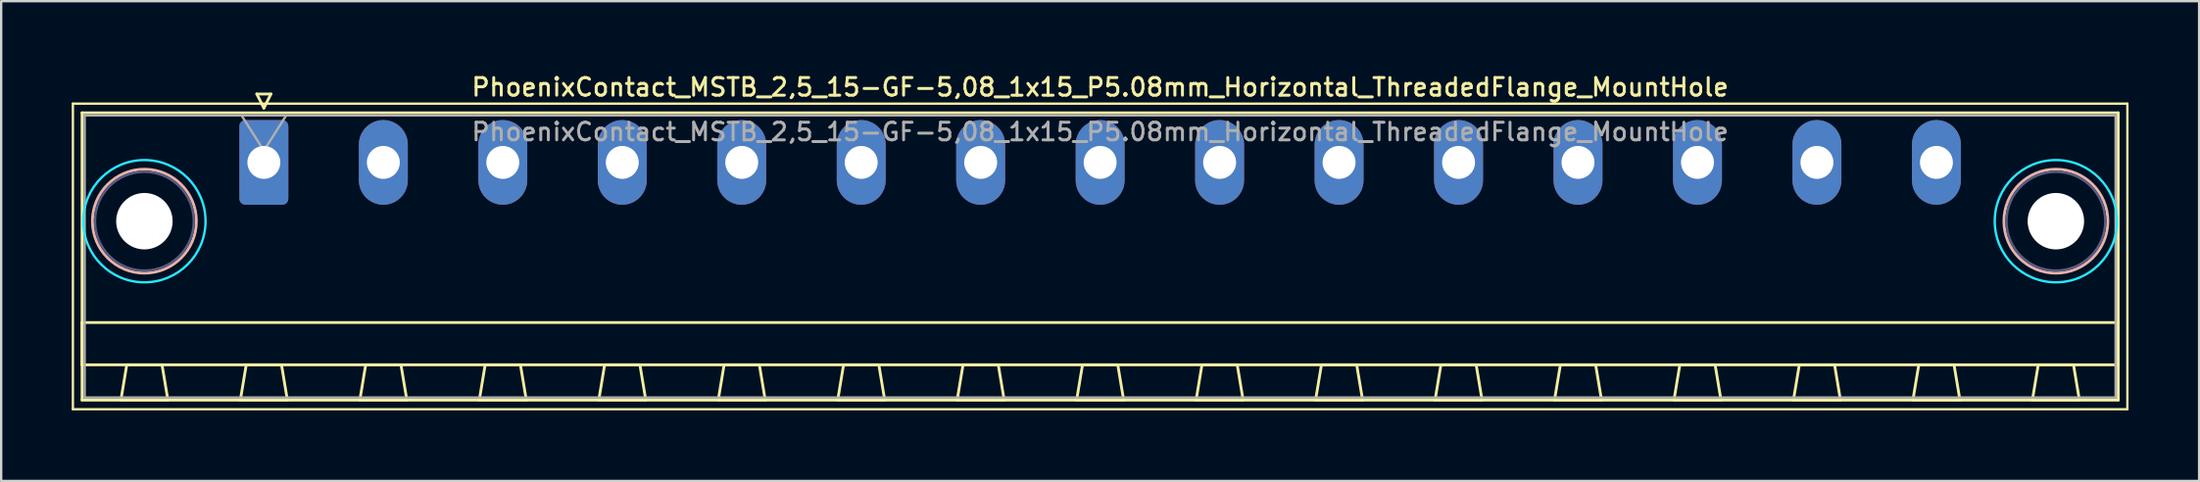
<source format=kicad_pcb>
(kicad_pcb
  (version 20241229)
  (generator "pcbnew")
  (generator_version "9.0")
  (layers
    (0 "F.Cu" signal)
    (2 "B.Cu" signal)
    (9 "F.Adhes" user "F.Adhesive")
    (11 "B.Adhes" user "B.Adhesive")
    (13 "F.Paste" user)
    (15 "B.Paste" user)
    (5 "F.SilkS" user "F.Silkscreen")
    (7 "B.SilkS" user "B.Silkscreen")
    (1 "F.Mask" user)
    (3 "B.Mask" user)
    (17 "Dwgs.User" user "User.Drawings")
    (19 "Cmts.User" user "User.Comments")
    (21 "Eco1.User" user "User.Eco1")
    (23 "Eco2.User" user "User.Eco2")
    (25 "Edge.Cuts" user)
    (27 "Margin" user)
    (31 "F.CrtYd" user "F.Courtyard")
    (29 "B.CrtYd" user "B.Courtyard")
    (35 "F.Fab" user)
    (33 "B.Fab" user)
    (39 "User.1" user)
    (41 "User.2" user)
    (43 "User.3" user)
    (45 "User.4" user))
  (footprint "PhoenixContact_MSTB_2,5_15-GF-5,08_1x15_P5.08mm_Horizontal_ThreadedFlange_MountHole"
    (layer "F.Cu")
    (at 8.17 3.858)
    (property "Reference" "PhoenixContact_MSTB_2,5_15-GF-5,08_1x15_P5.08mm_Horizontal_ThreadedFlange_MountHole" (at 35.56 -3.2 0) (layer "F.SilkS") (effects (font (size 0.75 0.75) (thickness 0.125))))
    (attr through_hole)
    (fp_line (start -8.12 -2.5) (end -8.12 10.5) (stroke (width 0.1) (type solid)) (layer "F.SilkS"))
    (fp_line (start -8.12 10.5) (end 79.24 10.5) (stroke (width 0.1) (type solid)) (layer "F.SilkS"))
    (fp_line (start -7.73 -2.11) (end -7.73 10.11) (stroke (width 0.12) (type solid)) (layer "F.SilkS"))
    (fp_line (start -7.73 6.81) (end 78.85 6.81) (stroke (width 0.12) (type solid)) (layer "F.SilkS"))
    (fp_line (start -7.73 8.61) (end -7.73 6.81) (stroke (width 0.12) (type solid)) (layer "F.SilkS"))
    (fp_line (start -7.73 10.11) (end 78.85 10.11) (stroke (width 0.12) (type solid)) (layer "F.SilkS"))
    (fp_line (start -6.08 10.11) (end -4.08 10.11) (stroke (width 0.12) (type solid)) (layer "F.SilkS"))
    (fp_line (start -5.83 8.61) (end -6.08 10.11) (stroke (width 0.12) (type solid)) (layer "F.SilkS"))
    (fp_line (start -4.33 8.61) (end -5.83 8.61) (stroke (width 0.12) (type solid)) (layer "F.SilkS"))
    (fp_line (start -4.08 10.11) (end -4.33 8.61) (stroke (width 0.12) (type solid)) (layer "F.SilkS"))
    (fp_line (start -1 10.11) (end 1 10.11) (stroke (width 0.12) (type solid)) (layer "F.SilkS"))
    (fp_line (start -0.75 8.61) (end -1 10.11) (stroke (width 0.12) (type solid)) (layer "F.SilkS"))
    (fp_line (start -0.3 -2.91) (end 0.3 -2.91) (stroke (width 0.12) (type solid)) (layer "F.SilkS"))
    (fp_line (start 0 -2.31) (end -0.3 -2.91) (stroke (width 0.12) (type solid)) (layer "F.SilkS"))
    (fp_line (start 0.3 -2.91) (end 0 -2.31) (stroke (width 0.12) (type solid)) (layer "F.SilkS"))
    (fp_line (start 0.75 8.61) (end -0.75 8.61) (stroke (width 0.12) (type solid)) (layer "F.SilkS"))
    (fp_line (start 1 10.11) (end 0.75 8.61) (stroke (width 0.12) (type solid)) (layer "F.SilkS"))
    (fp_line (start 4.08 10.11) (end 6.08 10.11) (stroke (width 0.12) (type solid)) (layer "F.SilkS"))
    (fp_line (start 4.33 8.61) (end 4.08 10.11) (stroke (width 0.12) (type solid)) (layer "F.SilkS"))
    (fp_line (start 5.83 8.61) (end 4.33 8.61) (stroke (width 0.12) (type solid)) (layer "F.SilkS"))
    (fp_line (start 6.08 10.11) (end 5.83 8.61) (stroke (width 0.12) (type solid)) (layer "F.SilkS"))
    (fp_line (start 9.16 10.11) (end 11.16 10.11) (stroke (width 0.12) (type solid)) (layer "F.SilkS"))
    (fp_line (start 9.41 8.61) (end 9.16 10.11) (stroke (width 0.12) (type solid)) (layer "F.SilkS"))
    (fp_line (start 10.91 8.61) (end 9.41 8.61) (stroke (width 0.12) (type solid)) (layer "F.SilkS"))
    (fp_line (start 11.16 10.11) (end 10.91 8.61) (stroke (width 0.12) (type solid)) (layer "F.SilkS"))
    (fp_line (start 14.24 10.11) (end 16.24 10.11) (stroke (width 0.12) (type solid)) (layer "F.SilkS"))
    (fp_line (start 14.49 8.61) (end 14.24 10.11) (stroke (width 0.12) (type solid)) (layer "F.SilkS"))
    (fp_line (start 15.99 8.61) (end 14.49 8.61) (stroke (width 0.12) (type solid)) (layer "F.SilkS"))
    (fp_line (start 16.24 10.11) (end 15.99 8.61) (stroke (width 0.12) (type solid)) (layer "F.SilkS"))
    (fp_line (start 19.32 10.11) (end 21.32 10.11) (stroke (width 0.12) (type solid)) (layer "F.SilkS"))
    (fp_line (start 19.57 8.61) (end 19.32 10.11) (stroke (width 0.12) (type solid)) (layer "F.SilkS"))
    (fp_line (start 21.07 8.61) (end 19.57 8.61) (stroke (width 0.12) (type solid)) (layer "F.SilkS"))
    (fp_line (start 21.32 10.11) (end 21.07 8.61) (stroke (width 0.12) (type solid)) (layer "F.SilkS"))
    (fp_line (start 24.4 10.11) (end 26.4 10.11) (stroke (width 0.12) (type solid)) (layer "F.SilkS"))
    (fp_line (start 24.65 8.61) (end 24.4 10.11) (stroke (width 0.12) (type solid)) (layer "F.SilkS"))
    (fp_line (start 26.15 8.61) (end 24.65 8.61) (stroke (width 0.12) (type solid)) (layer "F.SilkS"))
    (fp_line (start 26.4 10.11) (end 26.15 8.61) (stroke (width 0.12) (type solid)) (layer "F.SilkS"))
    (fp_line (start 29.48 10.11) (end 31.48 10.11) (stroke (width 0.12) (type solid)) (layer "F.SilkS"))
    (fp_line (start 29.73 8.61) (end 29.48 10.11) (stroke (width 0.12) (type solid)) (layer "F.SilkS"))
    (fp_line (start 31.23 8.61) (end 29.73 8.61) (stroke (width 0.12) (type solid)) (layer "F.SilkS"))
    (fp_line (start 31.48 10.11) (end 31.23 8.61) (stroke (width 0.12) (type solid)) (layer "F.SilkS"))
    (fp_line (start 34.56 10.11) (end 36.56 10.11) (stroke (width 0.12) (type solid)) (layer "F.SilkS"))
    (fp_line (start 34.81 8.61) (end 34.56 10.11) (stroke (width 0.12) (type solid)) (layer "F.SilkS"))
    (fp_line (start 36.31 8.61) (end 34.81 8.61) (stroke (width 0.12) (type solid)) (layer "F.SilkS"))
    (fp_line (start 36.56 10.11) (end 36.31 8.61) (stroke (width 0.12) (type solid)) (layer "F.SilkS"))
    (fp_line (start 39.64 10.11) (end 41.64 10.11) (stroke (width 0.12) (type solid)) (layer "F.SilkS"))
    (fp_line (start 39.89 8.61) (end 39.64 10.11) (stroke (width 0.12) (type solid)) (layer "F.SilkS"))
    (fp_line (start 41.39 8.61) (end 39.89 8.61) (stroke (width 0.12) (type solid)) (layer "F.SilkS"))
    (fp_line (start 41.64 10.11) (end 41.39 8.61) (stroke (width 0.12) (type solid)) (layer "F.SilkS"))
    (fp_line (start 44.72 10.11) (end 46.72 10.11) (stroke (width 0.12) (type solid)) (layer "F.SilkS"))
    (fp_line (start 44.97 8.61) (end 44.72 10.11) (stroke (width 0.12) (type solid)) (layer "F.SilkS"))
    (fp_line (start 46.47 8.61) (end 44.97 8.61) (stroke (width 0.12) (type solid)) (layer "F.SilkS"))
    (fp_line (start 46.72 10.11) (end 46.47 8.61) (stroke (width 0.12) (type solid)) (layer "F.SilkS"))
    (fp_line (start 49.8 10.11) (end 51.8 10.11) (stroke (width 0.12) (type solid)) (layer "F.SilkS"))
    (fp_line (start 50.05 8.61) (end 49.8 10.11) (stroke (width 0.12) (type solid)) (layer "F.SilkS"))
    (fp_line (start 51.55 8.61) (end 50.05 8.61) (stroke (width 0.12) (type solid)) (layer "F.SilkS"))
    (fp_line (start 51.8 10.11) (end 51.55 8.61) (stroke (width 0.12) (type solid)) (layer "F.SilkS"))
    (fp_line (start 54.88 10.11) (end 56.88 10.11) (stroke (width 0.12) (type solid)) (layer "F.SilkS"))
    (fp_line (start 55.13 8.61) (end 54.88 10.11) (stroke (width 0.12) (type solid)) (layer "F.SilkS"))
    (fp_line (start 56.63 8.61) (end 55.13 8.61) (stroke (width 0.12) (type solid)) (layer "F.SilkS"))
    (fp_line (start 56.88 10.11) (end 56.63 8.61) (stroke (width 0.12) (type solid)) (layer "F.SilkS"))
    (fp_line (start 59.96 10.11) (end 61.96 10.11) (stroke (width 0.12) (type solid)) (layer "F.SilkS"))
    (fp_line (start 60.21 8.61) (end 59.96 10.11) (stroke (width 0.12) (type solid)) (layer "F.SilkS"))
    (fp_line (start 61.71 8.61) (end 60.21 8.61) (stroke (width 0.12) (type solid)) (layer "F.SilkS"))
    (fp_line (start 61.96 10.11) (end 61.71 8.61) (stroke (width 0.12) (type solid)) (layer "F.SilkS"))
    (fp_line (start 65.04 10.11) (end 67.04 10.11) (stroke (width 0.12) (type solid)) (layer "F.SilkS"))
    (fp_line (start 65.29 8.61) (end 65.04 10.11) (stroke (width 0.12) (type solid)) (layer "F.SilkS"))
    (fp_line (start 66.79 8.61) (end 65.29 8.61) (stroke (width 0.12) (type solid)) (layer "F.SilkS"))
    (fp_line (start 67.04 10.11) (end 66.79 8.61) (stroke (width 0.12) (type solid)) (layer "F.SilkS"))
    (fp_line (start 70.12 10.11) (end 72.12 10.11) (stroke (width 0.12) (type solid)) (layer "F.SilkS"))
    (fp_line (start 70.37 8.61) (end 70.12 10.11) (stroke (width 0.12) (type solid)) (layer "F.SilkS"))
    (fp_line (start 71.87 8.61) (end 70.37 8.61) (stroke (width 0.12) (type solid)) (layer "F.SilkS"))
    (fp_line (start 72.12 10.11) (end 71.87 8.61) (stroke (width 0.12) (type solid)) (layer "F.SilkS"))
    (fp_line (start 75.2 10.11) (end 77.2 10.11) (stroke (width 0.12) (type solid)) (layer "F.SilkS"))
    (fp_line (start 75.45 8.61) (end 75.2 10.11) (stroke (width 0.12) (type solid)) (layer "F.SilkS"))
    (fp_line (start 76.95 8.61) (end 75.45 8.61) (stroke (width 0.12) (type solid)) (layer "F.SilkS"))
    (fp_line (start 77.2 10.11) (end 76.95 8.61) (stroke (width 0.12) (type solid)) (layer "F.SilkS"))
    (fp_line (start 78.85 -2.11) (end -7.73 -2.11) (stroke (width 0.12) (type solid)) (layer "F.SilkS"))
    (fp_line (start 78.85 6.81) (end 78.85 8.61) (stroke (width 0.12) (type solid)) (layer "F.SilkS"))
    (fp_line (start 78.85 8.61) (end -7.73 8.61) (stroke (width 0.12) (type solid)) (layer "F.SilkS"))
    (fp_line (start 78.85 10.11) (end 78.85 -2.11) (stroke (width 0.12) (type solid)) (layer "F.SilkS"))
    (fp_line (start 79.24 -2.5) (end -8.12 -2.5) (stroke (width 0.1) (type solid)) (layer "F.SilkS"))
    (fp_line (start 79.24 10.5) (end 79.24 -2.5) (stroke (width 0.1) (type solid)) (layer "F.SilkS"))
    (fp_circle (center -5.08 2.5) (end -2.87 2.5) (stroke (width 0.12) (type solid)) (fill no) (layer "B.SilkS"))
    (fp_circle (center 76.2 2.5) (end 78.41 2.5) (stroke (width 0.12) (type solid)) (fill no) (layer "B.SilkS"))
    (fp_circle (center -5.08 2.5) (end -2.48 2.5) (stroke (width 0.1) (type solid)) (fill no) (layer "B.CrtYd"))
    (fp_circle (center 76.2 2.5) (end 78.8 2.5) (stroke (width 0.1) (type solid)) (fill no) (layer "B.CrtYd"))
    (fp_circle (center -5.08 2.5) (end -2.98 2.5) (stroke (width 0.1) (type solid)) (fill no) (layer "B.Fab"))
    (fp_circle (center 76.2 2.5) (end 78.3 2.5) (stroke (width 0.1) (type solid)) (fill no) (layer "B.Fab"))
    (fp_line (start -7.62 -2) (end -7.62 10) (stroke (width 0.1) (type solid)) (layer "F.Fab"))
    (fp_line (start -7.62 10) (end 78.74 10) (stroke (width 0.1) (type solid)) (layer "F.Fab"))
    (fp_line (start 0 -0.5) (end -0.95 -2) (stroke (width 0.1) (type solid)) (layer "F.Fab"))
    (fp_line (start 0.95 -2) (end 0 -0.5) (stroke (width 0.1) (type solid)) (layer "F.Fab"))
    (fp_line (start 78.74 -2) (end -7.62 -2) (stroke (width 0.1) (type solid)) (layer "F.Fab"))
    (fp_line (start 78.74 10) (end 78.74 -2) (stroke (width 0.1) (type solid)) (layer "F.Fab"))
    (fp_text user "${REFERENCE}" (at 35.56 -1.3 0) (layer "F.Fab") (effects (font (size 0.75 0.75) (thickness 0.125))))
    (pad "" np_thru_hole circle (at -5.08 2.5) (size 2.4 2.4) (drill 2.4) (layers "*.Cu" "*.Mask"))
    (pad "" np_thru_hole circle (at 76.2 2.5) (size 2.4 2.4) (drill 2.4) (layers "*.Cu" "*.Mask"))
    (pad "1" thru_hole roundrect (at 0 0) (size 2.08 3.6) (drill 1.4) (layers "*.Cu" "*.Mask") (roundrect_rratio 0.12))
    (pad "2" thru_hole oval (at 5.08 0) (size 2.08 3.6) (drill 1.4) (layers "*.Cu" "*.Mask"))
    (pad "3" thru_hole oval (at 10.16 0) (size 2.08 3.6) (drill 1.4) (layers "*.Cu" "*.Mask"))
    (pad "4" thru_hole oval (at 15.24 0) (size 2.08 3.6) (drill 1.4) (layers "*.Cu" "*.Mask"))
    (pad "5" thru_hole oval (at 20.32 0) (size 2.08 3.6) (drill 1.4) (layers "*.Cu" "*.Mask"))
    (pad "6" thru_hole oval (at 25.4 0) (size 2.08 3.6) (drill 1.4) (layers "*.Cu" "*.Mask"))
    (pad "7" thru_hole oval (at 30.48 0) (size 2.08 3.6) (drill 1.4) (layers "*.Cu" "*.Mask"))
    (pad "8" thru_hole oval (at 35.56 0) (size 2.08 3.6) (drill 1.4) (layers "*.Cu" "*.Mask"))
    (pad "9" thru_hole oval (at 40.64 0) (size 2.08 3.6) (drill 1.4) (layers "*.Cu" "*.Mask"))
    (pad "10" thru_hole oval (at 45.72 0) (size 2.08 3.6) (drill 1.4) (layers "*.Cu" "*.Mask"))
    (pad "11" thru_hole oval (at 50.8 0) (size 2.08 3.6) (drill 1.4) (layers "*.Cu" "*.Mask"))
    (pad "12" thru_hole oval (at 55.88 0) (size 2.08 3.6) (drill 1.4) (layers "*.Cu" "*.Mask"))
    (pad "13" thru_hole oval (at 60.96 0) (size 2.08 3.6) (drill 1.4) (layers "*.Cu" "*.Mask"))
    (pad "14" thru_hole oval (at 66.04 0) (size 2.08 3.6) (drill 1.4) (layers "*.Cu" "*.Mask"))
    (pad "15" thru_hole oval (at 71.12 0) (size 2.08 3.6) (drill 1.4) (layers "*.Cu" "*.Mask")))
  (gr_rect
    (start -3 -3)
    (end 90.46 17.408)
    (stroke (width 0.1) (type default))
    (fill no)
    (layer "Edge.Cuts")))
</source>
